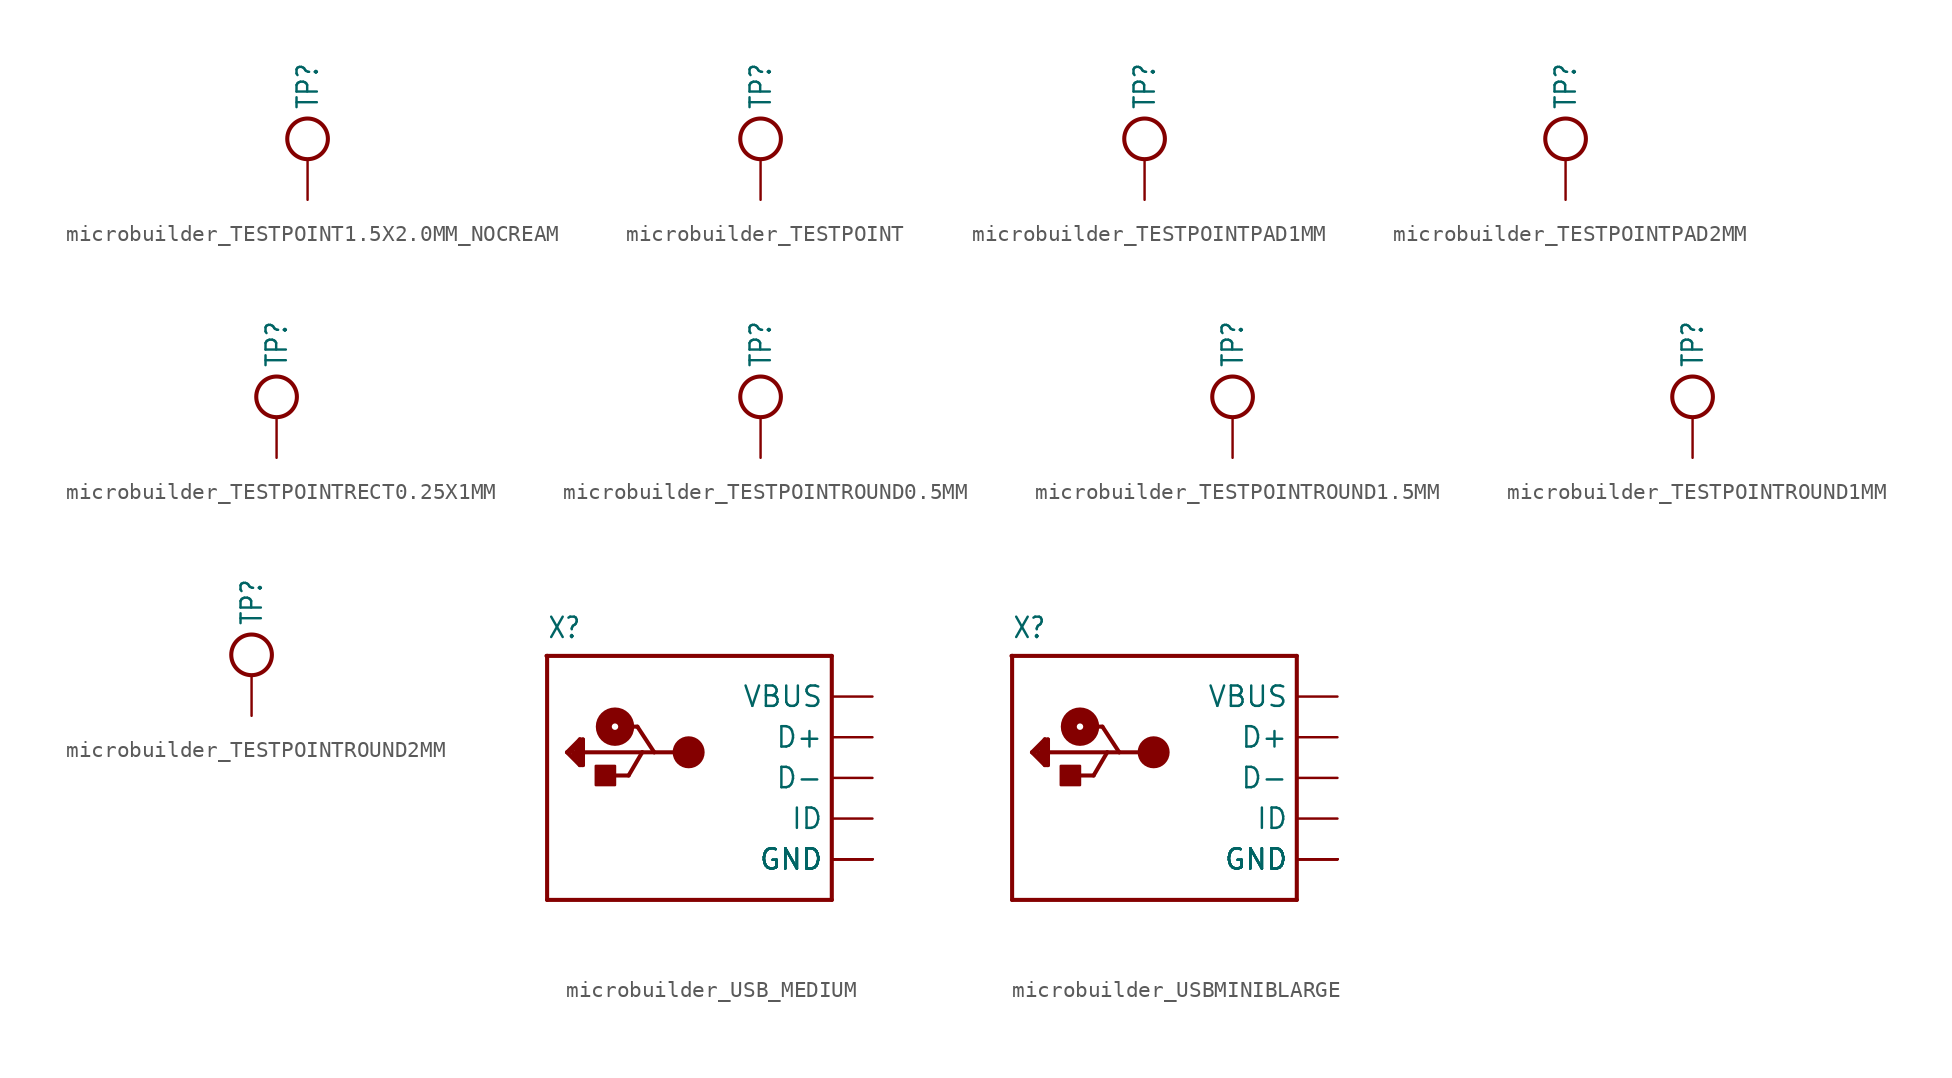
<source format=kicad_sym>
(kicad_symbol_lib
  (version 20231120)
  (generator "kicad_symbol_editor")
  (generator_version "8.0")
  (symbol "microbuilder_TESTPOINT1.5X2.0MM_NOCREAM"
    (property "Reference" "TP"
      (at 0 5.588 90)
      (effects (font (size 1.27 1.079)) (justify left)))
    (property "Value" ""
      (at 1.651 5.588 90)
      (effects (font (size 1.27 1.079)) (justify left)))
    (property "ki_locked" ""
      (at 0 0 0)
      (effects (font (size 1.27 1.27))))
    (symbol "microbuilder_TESTPOINT1.5X2.0MM_NOCREAM_1_0"
      (circle (center 0 3.81) (radius 1.27) (stroke (width 0.254) (type solid)) (fill (type none)))
      (pin bidirectional line (at 0 0 90) (length 2.54) (name "P$1" (effects (font (size 0 0)))) (number "P$1" (effects (font (size 0 0)))))))
  (symbol "microbuilder_TESTPOINT"
    (property "Reference" "TP"
      (at 0 5.588 90)
      (effects (font (size 1.27 1.079)) (justify left)))
    (property "Value" ""
      (at 1.651 5.588 90)
      (effects (font (size 1.27 1.079)) (justify left)))
    (property "ki_locked" ""
      (at 0 0 0)
      (effects (font (size 1.27 1.27))))
    (symbol "microbuilder_TESTPOINT_1_0"
      (circle (center 0 3.81) (radius 1.27) (stroke (width 0.254) (type solid)) (fill (type none)))
      (pin bidirectional line (at 0 0 90) (length 2.54) (name "P$1" (effects (font (size 0 0)))) (number "P$1" (effects (font (size 0 0)))))))
  (symbol "microbuilder_TESTPOINTPAD1MM"
    (property "Reference" "TP"
      (at 0 5.588 90)
      (effects (font (size 1.27 1.079)) (justify left)))
    (property "Value" ""
      (at 1.651 5.588 90)
      (effects (font (size 1.27 1.079)) (justify left)))
    (property "ki_locked" ""
      (at 0 0 0)
      (effects (font (size 1.27 1.27))))
    (symbol "microbuilder_TESTPOINTPAD1MM_1_0"
      (circle (center 0 3.81) (radius 1.27) (stroke (width 0.254) (type solid)) (fill (type none)))
      (pin bidirectional line (at 0 0 90) (length 2.54) (name "P$1" (effects (font (size 0 0)))) (number "P$1" (effects (font (size 0 0)))))))
  (symbol "microbuilder_TESTPOINTPAD2MM"
    (property "Reference" "TP"
      (at 0 5.588 90)
      (effects (font (size 1.27 1.079)) (justify left)))
    (property "Value" ""
      (at 1.651 5.588 90)
      (effects (font (size 1.27 1.079)) (justify left)))
    (property "ki_locked" ""
      (at 0 0 0)
      (effects (font (size 1.27 1.27))))
    (symbol "microbuilder_TESTPOINTPAD2MM_1_0"
      (circle (center 0 3.81) (radius 1.27) (stroke (width 0.254) (type solid)) (fill (type none)))
      (pin bidirectional line (at 0 0 90) (length 2.54) (name "P$1" (effects (font (size 0 0)))) (number "P$1" (effects (font (size 0 0)))))))
  (symbol "microbuilder_TESTPOINTRECT0.25X1MM"
    (property "Reference" "TP"
      (at 0 5.588 90)
      (effects (font (size 1.27 1.079)) (justify left)))
    (property "Value" ""
      (at 1.651 5.588 90)
      (effects (font (size 1.27 1.079)) (justify left)))
    (property "ki_locked" ""
      (at 0 0 0)
      (effects (font (size 1.27 1.27))))
    (symbol "microbuilder_TESTPOINTRECT0.25X1MM_1_0"
      (circle (center 0 3.81) (radius 1.27) (stroke (width 0.254) (type solid)) (fill (type none)))
      (pin bidirectional line (at 0 0 90) (length 2.54) (name "P$1" (effects (font (size 0 0)))) (number "P$1" (effects (font (size 0 0)))))))
  (symbol "microbuilder_TESTPOINTROUND0.5MM"
    (property "Reference" "TP"
      (at 0 5.588 90)
      (effects (font (size 1.27 1.079)) (justify left)))
    (property "Value" ""
      (at 1.651 5.588 90)
      (effects (font (size 1.27 1.079)) (justify left)))
    (property "ki_locked" ""
      (at 0 0 0)
      (effects (font (size 1.27 1.27))))
    (symbol "microbuilder_TESTPOINTROUND0.5MM_1_0"
      (circle (center 0 3.81) (radius 1.27) (stroke (width 0.254) (type solid)) (fill (type none)))
      (pin bidirectional line (at 0 0 90) (length 2.54) (name "P$1" (effects (font (size 0 0)))) (number "P$1" (effects (font (size 0 0)))))))
  (symbol "microbuilder_TESTPOINTROUND1.5MM"
    (property "Reference" "TP"
      (at 0 5.588 90)
      (effects (font (size 1.27 1.079)) (justify left)))
    (property "Value" ""
      (at 1.651 5.588 90)
      (effects (font (size 1.27 1.079)) (justify left)))
    (property "ki_locked" ""
      (at 0 0 0)
      (effects (font (size 1.27 1.27))))
    (symbol "microbuilder_TESTPOINTROUND1.5MM_1_0"
      (circle (center 0 3.81) (radius 1.27) (stroke (width 0.254) (type solid)) (fill (type none)))
      (pin bidirectional line (at 0 0 90) (length 2.54) (name "P$1" (effects (font (size 0 0)))) (number "P$1" (effects (font (size 0 0)))))))
  (symbol "microbuilder_TESTPOINTROUND1MM"
    (property "Reference" "TP"
      (at 0 5.588 90)
      (effects (font (size 1.27 1.079)) (justify left)))
    (property "Value" ""
      (at 1.651 5.588 90)
      (effects (font (size 1.27 1.079)) (justify left)))
    (property "ki_locked" ""
      (at 0 0 0)
      (effects (font (size 1.27 1.27))))
    (symbol "microbuilder_TESTPOINTROUND1MM_1_0"
      (circle (center 0 3.81) (radius 1.27) (stroke (width 0.254) (type solid)) (fill (type none)))
      (pin bidirectional line (at 0 0 90) (length 2.54) (name "P$1" (effects (font (size 0 0)))) (number "P$1" (effects (font (size 0 0)))))))
  (symbol "microbuilder_TESTPOINTROUND2MM"
    (property "Reference" "TP"
      (at 0 5.588 90)
      (effects (font (size 1.27 1.079)) (justify left)))
    (property "Value" ""
      (at 1.651 5.588 90)
      (effects (font (size 1.27 1.079)) (justify left)))
    (property "ki_locked" ""
      (at 0 0 0)
      (effects (font (size 1.27 1.27))))
    (symbol "microbuilder_TESTPOINTROUND2MM_1_0"
      (circle (center 0 3.81) (radius 1.27) (stroke (width 0.254) (type solid)) (fill (type none)))
      (pin bidirectional line (at 0 0 90) (length 2.54) (name "P$1" (effects (font (size 0 0)))) (number "P$1" (effects (font (size 0 0)))))))
  (symbol "microbuilder_USB_MEDIUM"
    (property "Reference" "X"
      (at -10.16 8.636 0)
      (effects (font (size 1.27 1.079)) (justify left bottom)))
    (property "Value" ""
      (at -10.16 -10.16 0)
      (effects (font (size 1.27 1.079)) (justify left bottom)))
    (property "ki_locked" ""
      (at 0 0 0)
      (effects (font (size 1.27 1.27))))
    (symbol "microbuilder_USB_MEDIUM_1_0"
      (rectangle (start -7.12 -0.45) (end -5.92 0.75) (stroke (width 0) (type default)) (fill (type outline)))
      (circle (center -5.92 3.2) (radius 0.2) (stroke (width 1) (type solid)) (fill (type none)))
      (circle (center -1.32 1.6) (radius 0.5) (stroke (width 1) (type solid)) (fill (type none)))
      (polyline (pts (xy -10.2 7.62) (xy -10.16 7.62)) (stroke (width 0.254) (type solid)) (fill (type none)))
      (polyline (pts (xy -10.16 -7.62) (xy 7.62 -7.62)) (stroke (width 0.254) (type solid)) (fill (type none)))
      (polyline (pts (xy -10.16 7.62) (xy -10.16 -7.62)) (stroke (width 0.254) (type solid)) (fill (type none)))
      (polyline (pts (xy -10.16 7.62) (xy 7.62 7.62)) (stroke (width 0.254) (type solid)) (fill (type none)))
      (polyline (pts (xy -8.92 1.6) (xy -8.12 2.4)) (stroke (width 0.254) (type solid)) (fill (type none)))
      (polyline (pts (xy -8.52 1.4) (xy -8.32 1.2)) (stroke (width 0.254) (type solid)) (fill (type none)))
      (polyline (pts (xy -8.52 1.6) (xy -8.52 1.4)) (stroke (width 0.254) (type solid)) (fill (type none)))
      (polyline (pts (xy -8.32 1.2) (xy -8.32 2)) (stroke (width 0.254) (type solid)) (fill (type none)))
      (polyline (pts (xy -8.32 2) (xy -8.72 1.6)) (stroke (width 0.254) (type solid)) (fill (type none)))
      (polyline (pts (xy -8.12 0.8) (xy -8.92 1.6)) (stroke (width 0.254) (type solid)) (fill (type none)))
      (polyline (pts (xy -8.12 1) (xy -8.12 2.4)) (stroke (width 0.254) (type solid)) (fill (type none)))
      (polyline (pts (xy -8.12 2.4) (xy -7.92 2.4)) (stroke (width 0.254) (type solid)) (fill (type none)))
      (polyline (pts (xy -7.92 0.8) (xy -8.12 0.8)) (stroke (width 0.254) (type solid)) (fill (type none)))
      (polyline (pts (xy -7.92 1.6) (xy -7.92 0.8)) (stroke (width 0.254) (type solid)) (fill (type none)))
      (polyline (pts (xy -7.92 2.4) (xy -7.92 1.6)) (stroke (width 0.254) (type solid)) (fill (type none)))
      (polyline (pts (xy -6.27 0.15) (xy -5.07 0.15)) (stroke (width 0.254) (type solid)) (fill (type none)))
      (polyline (pts (xy -5.52 3.2) (xy -4.52 3.2)) (stroke (width 0.254) (type solid)) (fill (type none)))
      (polyline (pts (xy -5.07 0.15) (xy -4.22 1.6)) (stroke (width 0.254) (type solid)) (fill (type none)))
      (polyline (pts (xy -4.52 3.2) (xy -3.47 1.6)) (stroke (width 0.254) (type solid)) (fill (type none)))
      (polyline (pts (xy -4.22 1.6) (xy -7.92 1.6)) (stroke (width 0.254) (type solid)) (fill (type none)))
      (polyline (pts (xy -3.47 1.6) (xy -4.22 1.6)) (stroke (width 0.254) (type solid)) (fill (type none)))
      (polyline (pts (xy -1.32 1.6) (xy -3.47 1.6)) (stroke (width 0.254) (type solid)) (fill (type none)))
      (polyline (pts (xy 7.62 7.62) (xy 7.62 -7.62)) (stroke (width 0.254) (type solid)) (fill (type none)))
      (pin bidirectional line (at 10.16 2.54 180) (length 2.54) (name "D+" (effects (font (size 1.27 1.27)))) (number "D+" (effects (font (size 0 0)))))
      (pin bidirectional line (at 10.16 0 180) (length 2.54) (name "D-" (effects (font (size 1.27 1.27)))) (number "D-" (effects (font (size 0 0)))))
      (pin power_in line (at 10.16 -5.08 180) (length 2.54) (name "GND" (effects (font (size 1.27 1.27)))) (number "GND" (effects (font (size 0 0)))))
      (pin power_in line (at 10.16 -5.08 180) (length 2.54) (name "GND" (effects (font (size 1.27 1.27)))) (number "GND1" (effects (font (size 0 0)))))
      (pin power_in line (at 10.16 -5.08 180) (length 2.54) (name "GND" (effects (font (size 1.27 1.27)))) (number "GND2" (effects (font (size 0 0)))))
      (pin power_in line (at 10.16 -5.08 180) (length 2.54) (name "GND" (effects (font (size 1.27 1.27)))) (number "GND3" (effects (font (size 0 0)))))
      (pin power_in line (at 10.16 -5.08 180) (length 2.54) (name "GND" (effects (font (size 1.27 1.27)))) (number "GND4" (effects (font (size 0 0)))))
      (pin bidirectional line (at 10.16 -2.54 180) (length 2.54) (name "ID" (effects (font (size 1.27 1.27)))) (number "ID" (effects (font (size 0 0)))))
      (pin power_in line (at 10.16 5.08 180) (length 2.54) (name "VBUS" (effects (font (size 1.27 1.27)))) (number "VBUS" (effects (font (size 0 0)))))))
  (symbol "microbuilder_USBMINIBLARGE"
    (property "Reference" "X"
      (at -10.16 8.636 0)
      (effects (font (size 1.27 1.079)) (justify left bottom)))
    (property "Value" ""
      (at -10.16 -10.16 0)
      (effects (font (size 1.27 1.079)) (justify left bottom)))
    (property "ki_locked" ""
      (at 0 0 0)
      (effects (font (size 1.27 1.27))))
    (symbol "microbuilder_USBMINIBLARGE_1_0"
      (rectangle (start -7.12 -0.45) (end -5.92 0.75) (stroke (width 0) (type default)) (fill (type outline)))
      (circle (center -5.92 3.2) (radius 0.2) (stroke (width 1) (type solid)) (fill (type none)))
      (circle (center -1.32 1.6) (radius 0.5) (stroke (width 1) (type solid)) (fill (type none)))
      (polyline (pts (xy -10.2 7.62) (xy -10.16 7.62)) (stroke (width 0.254) (type solid)) (fill (type none)))
      (polyline (pts (xy -10.16 -7.62) (xy 7.62 -7.62)) (stroke (width 0.254) (type solid)) (fill (type none)))
      (polyline (pts (xy -10.16 7.62) (xy -10.16 -7.62)) (stroke (width 0.254) (type solid)) (fill (type none)))
      (polyline (pts (xy -10.16 7.62) (xy 7.62 7.62)) (stroke (width 0.254) (type solid)) (fill (type none)))
      (polyline (pts (xy -8.92 1.6) (xy -8.12 2.4)) (stroke (width 0.254) (type solid)) (fill (type none)))
      (polyline (pts (xy -8.52 1.4) (xy -8.32 1.2)) (stroke (width 0.254) (type solid)) (fill (type none)))
      (polyline (pts (xy -8.52 1.6) (xy -8.52 1.4)) (stroke (width 0.254) (type solid)) (fill (type none)))
      (polyline (pts (xy -8.32 1.2) (xy -8.32 2)) (stroke (width 0.254) (type solid)) (fill (type none)))
      (polyline (pts (xy -8.32 2) (xy -8.72 1.6)) (stroke (width 0.254) (type solid)) (fill (type none)))
      (polyline (pts (xy -8.12 0.8) (xy -8.92 1.6)) (stroke (width 0.254) (type solid)) (fill (type none)))
      (polyline (pts (xy -8.12 1) (xy -8.12 2.4)) (stroke (width 0.254) (type solid)) (fill (type none)))
      (polyline (pts (xy -8.12 2.4) (xy -7.92 2.4)) (stroke (width 0.254) (type solid)) (fill (type none)))
      (polyline (pts (xy -7.92 0.8) (xy -8.12 0.8)) (stroke (width 0.254) (type solid)) (fill (type none)))
      (polyline (pts (xy -7.92 1.6) (xy -7.92 0.8)) (stroke (width 0.254) (type solid)) (fill (type none)))
      (polyline (pts (xy -7.92 2.4) (xy -7.92 1.6)) (stroke (width 0.254) (type solid)) (fill (type none)))
      (polyline (pts (xy -6.27 0.15) (xy -5.07 0.15)) (stroke (width 0.254) (type solid)) (fill (type none)))
      (polyline (pts (xy -5.52 3.2) (xy -4.52 3.2)) (stroke (width 0.254) (type solid)) (fill (type none)))
      (polyline (pts (xy -5.07 0.15) (xy -4.22 1.6)) (stroke (width 0.254) (type solid)) (fill (type none)))
      (polyline (pts (xy -4.52 3.2) (xy -3.47 1.6)) (stroke (width 0.254) (type solid)) (fill (type none)))
      (polyline (pts (xy -4.22 1.6) (xy -7.92 1.6)) (stroke (width 0.254) (type solid)) (fill (type none)))
      (polyline (pts (xy -3.47 1.6) (xy -4.22 1.6)) (stroke (width 0.254) (type solid)) (fill (type none)))
      (polyline (pts (xy -1.32 1.6) (xy -3.47 1.6)) (stroke (width 0.254) (type solid)) (fill (type none)))
      (polyline (pts (xy 7.62 7.62) (xy 7.62 -7.62)) (stroke (width 0.254) (type solid)) (fill (type none)))
      (pin bidirectional line (at 10.16 2.54 180) (length 2.54) (name "D+" (effects (font (size 1.27 1.27)))) (number "D+" (effects (font (size 0 0)))))
      (pin bidirectional line (at 10.16 0 180) (length 2.54) (name "D-" (effects (font (size 1.27 1.27)))) (number "D-" (effects (font (size 0 0)))))
      (pin power_in line (at 10.16 -5.08 180) (length 2.54) (name "GND" (effects (font (size 1.27 1.27)))) (number "GND" (effects (font (size 0 0)))))
      (pin power_in line (at 10.16 -5.08 180) (length 2.54) (name "GND" (effects (font (size 1.27 1.27)))) (number "GND1" (effects (font (size 0 0)))))
      (pin power_in line (at 10.16 -5.08 180) (length 2.54) (name "GND" (effects (font (size 1.27 1.27)))) (number "GND2" (effects (font (size 0 0)))))
      (pin power_in line (at 10.16 -5.08 180) (length 2.54) (name "GND" (effects (font (size 1.27 1.27)))) (number "GND3" (effects (font (size 0 0)))))
      (pin power_in line (at 10.16 -5.08 180) (length 2.54) (name "GND" (effects (font (size 1.27 1.27)))) (number "GND4" (effects (font (size 0 0)))))
      (pin bidirectional line (at 10.16 -2.54 180) (length 2.54) (name "ID" (effects (font (size 1.27 1.27)))) (number "ID" (effects (font (size 0 0)))))
      (pin power_in line (at 10.16 5.08 180) (length 2.54) (name "VBUS" (effects (font (size 1.27 1.27)))) (number "VBUS" (effects (font (size 0 0))))))))
</source>
